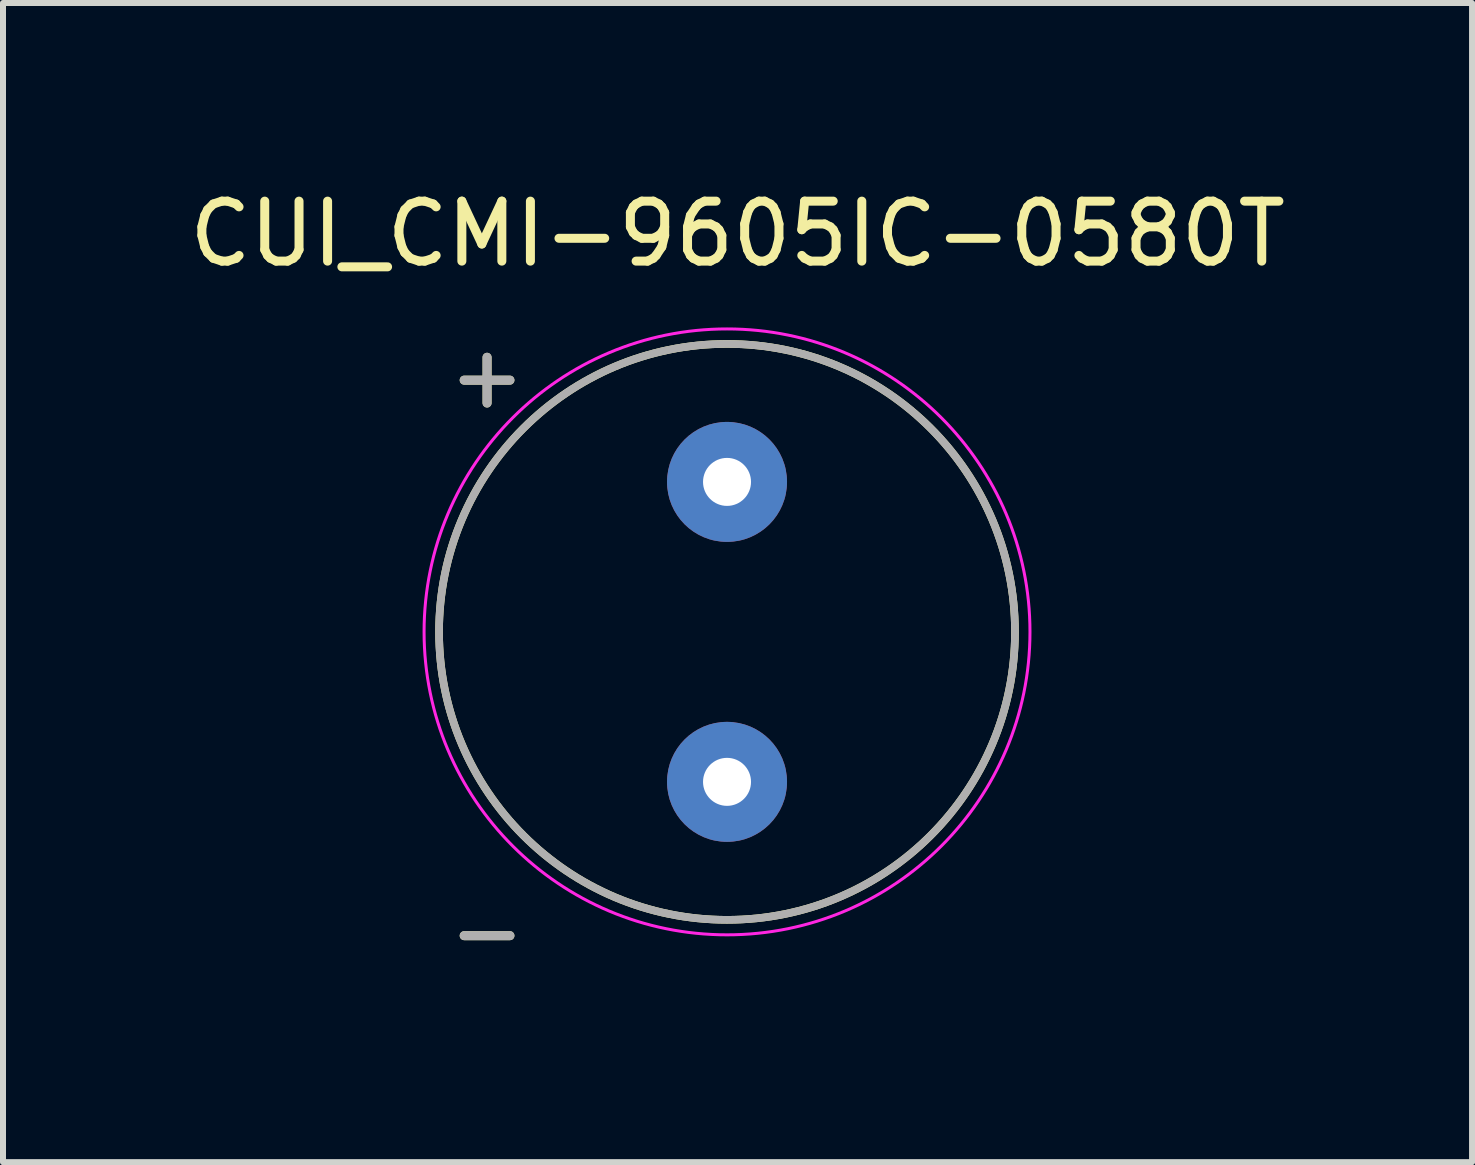
<source format=kicad_pcb>
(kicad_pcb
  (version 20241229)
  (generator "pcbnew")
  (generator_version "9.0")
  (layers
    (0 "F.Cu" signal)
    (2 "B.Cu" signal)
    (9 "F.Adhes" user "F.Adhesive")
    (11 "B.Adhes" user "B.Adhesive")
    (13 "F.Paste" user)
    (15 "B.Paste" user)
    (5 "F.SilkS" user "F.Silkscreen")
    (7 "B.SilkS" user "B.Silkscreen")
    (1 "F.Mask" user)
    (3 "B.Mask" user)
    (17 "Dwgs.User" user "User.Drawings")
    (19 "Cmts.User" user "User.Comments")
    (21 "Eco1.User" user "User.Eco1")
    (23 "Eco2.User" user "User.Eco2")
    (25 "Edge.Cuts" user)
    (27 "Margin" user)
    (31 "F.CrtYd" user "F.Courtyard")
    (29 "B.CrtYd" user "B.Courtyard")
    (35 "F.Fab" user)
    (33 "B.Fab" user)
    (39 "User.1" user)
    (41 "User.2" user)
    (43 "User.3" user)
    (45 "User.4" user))
  (footprint "CUI_CMI-9605IC-0580T"
    (layer "F.Cu")
    (at 9.069 7.483)
    (property "Reference" "CUI_CMI-9605IC-0580T" (at 0.175 -6.635 0) (layer "F.SilkS") (effects (font (size 1 1) (thickness 0.15))))
    (attr through_hole)
    (fp_circle (center 0 0) (end 4.8 0) (stroke (width 0.127) (type solid)) (fill no) (layer "F.SilkS"))
    (fp_circle (center 0 0) (end 5.05 0) (stroke (width 0.05) (type solid)) (fill no) (layer "F.CrtYd"))
    (fp_circle (center 0 0) (end 4.8 0) (stroke (width 0.127) (type solid)) (fill no) (layer "F.Fab"))
    (fp_text user "-" (at -4 4.99 0) (layer "F.SilkS") (effects (font (size 1 1) (thickness 0.15))))
    (fp_text user "+" (at -4 -4.27 0) (layer "F.SilkS") (effects (font (size 1 1) (thickness 0.15))))
    (fp_text user "+" (at -4 -4.27 0) (layer "F.Fab") (effects (font (size 1 1) (thickness 0.15))))
    (fp_text user "-" (at -4 4.99 0) (layer "F.Fab") (effects (font (size 1 1) (thickness 0.15))))
    (pad "N" thru_hole circle (at 0 2.5) (size 2 2) (drill 0.8) (layers "*.Cu" "*.Mask"))
    (pad "P" thru_hole circle (at 0 -2.5) (size 2 2) (drill 0.8) (layers "*.Cu" "*.Mask")))
  (gr_rect
    (start -3 -3)
    (end 21.488 16.322)
    (stroke (width 0.1) (type default))
    (fill no)
    (layer "Edge.Cuts")))
</source>
